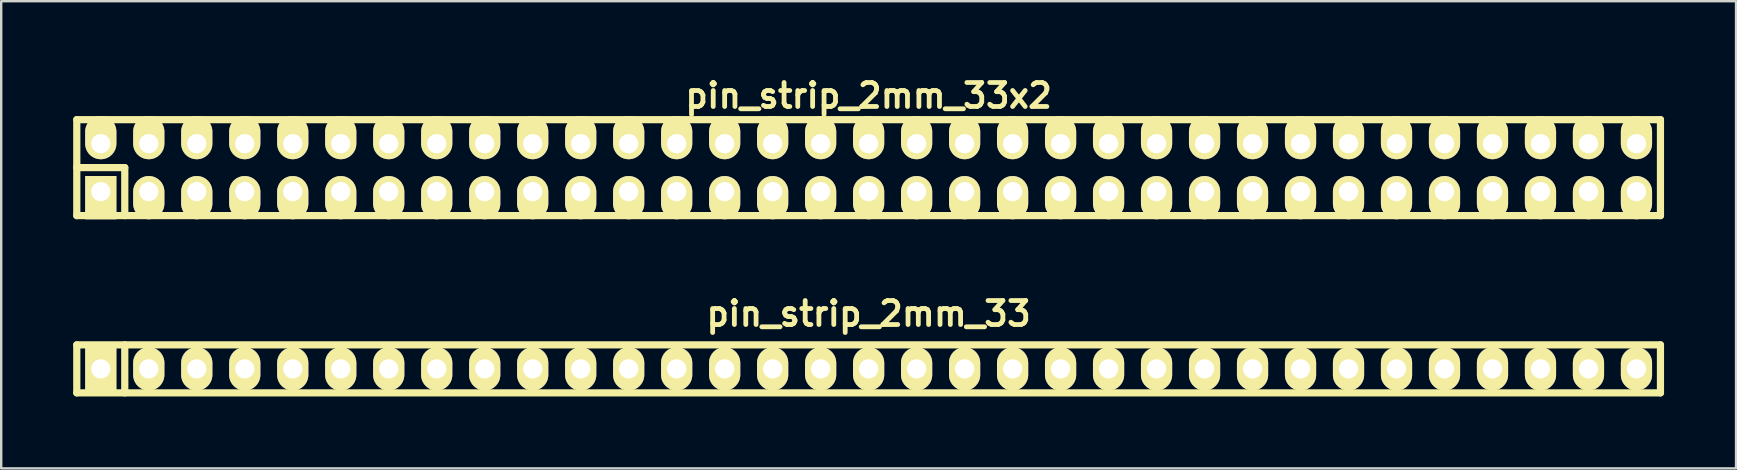
<source format=kicad_pcb>
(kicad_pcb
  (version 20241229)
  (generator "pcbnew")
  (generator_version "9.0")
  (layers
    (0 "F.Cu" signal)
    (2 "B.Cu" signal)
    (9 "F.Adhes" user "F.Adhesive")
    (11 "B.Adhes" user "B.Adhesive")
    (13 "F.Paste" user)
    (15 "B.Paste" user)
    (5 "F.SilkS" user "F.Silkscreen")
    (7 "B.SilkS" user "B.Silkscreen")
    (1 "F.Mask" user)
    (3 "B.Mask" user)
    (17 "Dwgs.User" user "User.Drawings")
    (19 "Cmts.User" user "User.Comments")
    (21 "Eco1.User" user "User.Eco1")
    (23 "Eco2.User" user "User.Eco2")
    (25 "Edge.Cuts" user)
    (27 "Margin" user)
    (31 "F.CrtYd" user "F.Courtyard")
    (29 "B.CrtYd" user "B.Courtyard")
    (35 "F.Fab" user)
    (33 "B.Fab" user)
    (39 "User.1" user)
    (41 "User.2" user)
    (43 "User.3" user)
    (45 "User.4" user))
  (footprint "pin_strip_2mm_33"
    (layer "F.Cu")
    (at 33.15 12.322)
    (property "Reference" "pin_strip_2mm_33" (at 0 -2.3 0) (layer "F.SilkS") (effects (font (size 1 1) (thickness 0.2))))
    (attr through_hole)
    (fp_line (start -33 -1) (end 33 -1) (stroke (width 0.3) (type solid)) (layer "F.SilkS"))
    (fp_line (start -33 1) (end -33 -1) (stroke (width 0.3) (type solid)) (layer "F.SilkS"))
    (fp_line (start -31 -1) (end -31 1) (stroke (width 0.3) (type solid)) (layer "F.SilkS"))
    (fp_line (start 33 -1) (end 33 1) (stroke (width 0.3) (type solid)) (layer "F.SilkS"))
    (fp_line (start 33 1) (end -33 1) (stroke (width 0.3) (type solid)) (layer "F.SilkS"))
    (pad "1" thru_hole rect (at -32 0) (size 1.3 1.8) (drill 0.8) (layers "*.Cu" "*.Mask" "F.SilkS"))
    (pad "2" thru_hole oval (at -30 0) (size 1.3 1.8) (drill 0.8) (layers "*.Cu" "*.Mask" "F.SilkS"))
    (pad "3" thru_hole oval (at -28 0) (size 1.3 1.8) (drill 0.8) (layers "*.Cu" "*.Mask" "F.SilkS"))
    (pad "4" thru_hole oval (at -26 0) (size 1.3 1.8) (drill 0.8) (layers "*.Cu" "*.Mask" "F.SilkS"))
    (pad "5" thru_hole oval (at -24 0) (size 1.3 1.8) (drill 0.8) (layers "*.Cu" "*.Mask" "F.SilkS"))
    (pad "6" thru_hole oval (at -22 0) (size 1.3 1.8) (drill 0.8) (layers "*.Cu" "*.Mask" "F.SilkS"))
    (pad "7" thru_hole oval (at -20 0) (size 1.3 1.8) (drill 0.8) (layers "*.Cu" "*.Mask" "F.SilkS"))
    (pad "8" thru_hole oval (at -18 0) (size 1.3 1.8) (drill 0.8) (layers "*.Cu" "*.Mask" "F.SilkS"))
    (pad "9" thru_hole oval (at -16 0) (size 1.3 1.8) (drill 0.8) (layers "*.Cu" "*.Mask" "F.SilkS"))
    (pad "10" thru_hole oval (at -14 0) (size 1.3 1.8) (drill 0.8) (layers "*.Cu" "*.Mask" "F.SilkS"))
    (pad "11" thru_hole oval (at -12 0) (size 1.3 1.8) (drill 0.8) (layers "*.Cu" "*.Mask" "F.SilkS"))
    (pad "12" thru_hole oval (at -10 0) (size 1.3 1.8) (drill 0.8) (layers "*.Cu" "*.Mask" "F.SilkS"))
    (pad "13" thru_hole oval (at -8 0) (size 1.3 1.8) (drill 0.8) (layers "*.Cu" "*.Mask" "F.SilkS"))
    (pad "14" thru_hole oval (at -6 0) (size 1.3 1.8) (drill 0.8) (layers "*.Cu" "*.Mask" "F.SilkS"))
    (pad "15" thru_hole oval (at -4 0) (size 1.3 1.8) (drill 0.8) (layers "*.Cu" "*.Mask" "F.SilkS"))
    (pad "16" thru_hole oval (at -2 0) (size 1.3 1.8) (drill 0.8) (layers "*.Cu" "*.Mask" "F.SilkS"))
    (pad "17" thru_hole oval (at 0 0) (size 1.3 1.8) (drill 0.8) (layers "*.Cu" "*.Mask" "F.SilkS"))
    (pad "18" thru_hole oval (at 2 0) (size 1.3 1.8) (drill 0.8) (layers "*.Cu" "*.Mask" "F.SilkS"))
    (pad "19" thru_hole oval (at 4 0) (size 1.3 1.8) (drill 0.8) (layers "*.Cu" "*.Mask" "F.SilkS"))
    (pad "20" thru_hole oval (at 6 0) (size 1.3 1.8) (drill 0.8) (layers "*.Cu" "*.Mask" "F.SilkS"))
    (pad "21" thru_hole oval (at 8 0) (size 1.3 1.8) (drill 0.8) (layers "*.Cu" "*.Mask" "F.SilkS"))
    (pad "22" thru_hole oval (at 10 0) (size 1.3 1.8) (drill 0.8) (layers "*.Cu" "*.Mask" "F.SilkS"))
    (pad "23" thru_hole oval (at 12 0) (size 1.3 1.8) (drill 0.8) (layers "*.Cu" "*.Mask" "F.SilkS"))
    (pad "24" thru_hole oval (at 14 0) (size 1.3 1.8) (drill 0.8) (layers "*.Cu" "*.Mask" "F.SilkS"))
    (pad "25" thru_hole oval (at 16 0) (size 1.3 1.8) (drill 0.8) (layers "*.Cu" "*.Mask" "F.SilkS"))
    (pad "26" thru_hole oval (at 18 0) (size 1.3 1.8) (drill 0.8) (layers "*.Cu" "*.Mask" "F.SilkS"))
    (pad "27" thru_hole oval (at 20 0) (size 1.3 1.8) (drill 0.8) (layers "*.Cu" "*.Mask" "F.SilkS"))
    (pad "28" thru_hole oval (at 22 0) (size 1.3 1.8) (drill 0.8) (layers "*.Cu" "*.Mask" "F.SilkS"))
    (pad "29" thru_hole oval (at 24 0) (size 1.3 1.8) (drill 0.8) (layers "*.Cu" "*.Mask" "F.SilkS"))
    (pad "30" thru_hole oval (at 26 0) (size 1.3 1.8) (drill 0.8) (layers "*.Cu" "*.Mask" "F.SilkS"))
    (pad "31" thru_hole oval (at 28 0) (size 1.3 1.8) (drill 0.8) (layers "*.Cu" "*.Mask" "F.SilkS"))
    (pad "32" thru_hole oval (at 30 0) (size 1.3 1.8) (drill 0.8) (layers "*.Cu" "*.Mask" "F.SilkS"))
    (pad "33" thru_hole oval (at 32 0) (size 1.3 1.8) (drill 0.8) (layers "*.Cu" "*.Mask" "F.SilkS")))
  (footprint "pin_strip_2mm_33x2"
    (layer "F.Cu")
    (at 33.15 3.936)
    (property "Reference" "pin_strip_2mm_33x2" (at 0 -3 0) (layer "F.SilkS") (effects (font (size 1 1) (thickness 0.2))))
    (attr through_hole)
    (fp_line (start -33 -2) (end 33 -2) (stroke (width 0.3) (type solid)) (layer "F.SilkS"))
    (fp_line (start -33 0) (end -31 0) (stroke (width 0.3) (type solid)) (layer "F.SilkS"))
    (fp_line (start -33 2) (end -33 -2) (stroke (width 0.3) (type solid)) (layer "F.SilkS"))
    (fp_line (start -31 0) (end -31 2) (stroke (width 0.3) (type solid)) (layer "F.SilkS"))
    (fp_line (start 33 -2) (end 33 2) (stroke (width 0.3) (type solid)) (layer "F.SilkS"))
    (fp_line (start 33 2) (end -33 2) (stroke (width 0.3) (type solid)) (layer "F.SilkS"))
    (pad "1" thru_hole rect (at -32 1) (size 1.3 1.8) (drill 0.8 (offset 0 0.25)) (layers "*.Cu" "*.Mask" "F.SilkS"))
    (pad "2" thru_hole oval (at -32 -1) (size 1.3 1.8) (drill 0.8 (offset 0 -0.25)) (layers "*.Cu" "*.Mask" "F.SilkS"))
    (pad "3" thru_hole oval (at -30 1) (size 1.3 1.8) (drill 0.8 (offset 0 0.25)) (layers "*.Cu" "*.Mask" "F.SilkS"))
    (pad "4" thru_hole oval (at -30 -1) (size 1.3 1.8) (drill 0.8 (offset 0 -0.25)) (layers "*.Cu" "*.Mask" "F.SilkS"))
    (pad "5" thru_hole oval (at -28 1) (size 1.3 1.8) (drill 0.8 (offset 0 0.25)) (layers "*.Cu" "*.Mask" "F.SilkS"))
    (pad "6" thru_hole oval (at -28 -1) (size 1.3 1.8) (drill 0.8 (offset 0 -0.25)) (layers "*.Cu" "*.Mask" "F.SilkS"))
    (pad "7" thru_hole oval (at -26 1) (size 1.3 1.8) (drill 0.8 (offset 0 0.25)) (layers "*.Cu" "*.Mask" "F.SilkS"))
    (pad "8" thru_hole oval (at -26 -1) (size 1.3 1.8) (drill 0.8 (offset 0 -0.25)) (layers "*.Cu" "*.Mask" "F.SilkS"))
    (pad "9" thru_hole oval (at -24 1) (size 1.3 1.8) (drill 0.8 (offset 0 0.25)) (layers "*.Cu" "*.Mask" "F.SilkS"))
    (pad "10" thru_hole oval (at -24 -1) (size 1.3 1.8) (drill 0.8 (offset 0 -0.25)) (layers "*.Cu" "*.Mask" "F.SilkS"))
    (pad "11" thru_hole oval (at -22 1) (size 1.3 1.8) (drill 0.8 (offset 0 0.25)) (layers "*.Cu" "*.Mask" "F.SilkS"))
    (pad "12" thru_hole oval (at -22 -1) (size 1.3 1.8) (drill 0.8 (offset 0 -0.25)) (layers "*.Cu" "*.Mask" "F.SilkS"))
    (pad "13" thru_hole oval (at -20 1) (size 1.3 1.8) (drill 0.8 (offset 0 0.25)) (layers "*.Cu" "*.Mask" "F.SilkS"))
    (pad "14" thru_hole oval (at -20 -1) (size 1.3 1.8) (drill 0.8 (offset 0 -0.25)) (layers "*.Cu" "*.Mask" "F.SilkS"))
    (pad "15" thru_hole oval (at -18 1) (size 1.3 1.8) (drill 0.8 (offset 0 0.25)) (layers "*.Cu" "*.Mask" "F.SilkS"))
    (pad "16" thru_hole oval (at -18 -1) (size 1.3 1.8) (drill 0.8 (offset 0 -0.25)) (layers "*.Cu" "*.Mask" "F.SilkS"))
    (pad "17" thru_hole oval (at -16 1) (size 1.3 1.8) (drill 0.8 (offset 0 0.25)) (layers "*.Cu" "*.Mask" "F.SilkS"))
    (pad "18" thru_hole oval (at -16 -1) (size 1.3 1.8) (drill 0.8 (offset 0 -0.25)) (layers "*.Cu" "*.Mask" "F.SilkS"))
    (pad "19" thru_hole oval (at -14 1) (size 1.3 1.8) (drill 0.8 (offset 0 0.25)) (layers "*.Cu" "*.Mask" "F.SilkS"))
    (pad "20" thru_hole oval (at -14 -1) (size 1.3 1.8) (drill 0.8 (offset 0 -0.25)) (layers "*.Cu" "*.Mask" "F.SilkS"))
    (pad "21" thru_hole oval (at -12 1) (size 1.3 1.8) (drill 0.8 (offset 0 0.25)) (layers "*.Cu" "*.Mask" "F.SilkS"))
    (pad "22" thru_hole oval (at -12 -1) (size 1.3 1.8) (drill 0.8 (offset 0 -0.25)) (layers "*.Cu" "*.Mask" "F.SilkS"))
    (pad "23" thru_hole oval (at -10 1) (size 1.3 1.8) (drill 0.8 (offset 0 0.25)) (layers "*.Cu" "*.Mask" "F.SilkS"))
    (pad "24" thru_hole oval (at -10 -1) (size 1.3 1.8) (drill 0.8 (offset 0 -0.25)) (layers "*.Cu" "*.Mask" "F.SilkS"))
    (pad "25" thru_hole oval (at -8 1) (size 1.3 1.8) (drill 0.8 (offset 0 0.25)) (layers "*.Cu" "*.Mask" "F.SilkS"))
    (pad "26" thru_hole oval (at -8 -1) (size 1.3 1.8) (drill 0.8 (offset 0 -0.25)) (layers "*.Cu" "*.Mask" "F.SilkS"))
    (pad "27" thru_hole oval (at -6 1) (size 1.3 1.8) (drill 0.8 (offset 0 0.25)) (layers "*.Cu" "*.Mask" "F.SilkS"))
    (pad "28" thru_hole oval (at -6 -1) (size 1.3 1.8) (drill 0.8 (offset 0 -0.25)) (layers "*.Cu" "*.Mask" "F.SilkS"))
    (pad "29" thru_hole oval (at -4 1) (size 1.3 1.8) (drill 0.8 (offset 0 0.25)) (layers "*.Cu" "*.Mask" "F.SilkS"))
    (pad "30" thru_hole oval (at -4 -1) (size 1.3 1.8) (drill 0.8 (offset 0 -0.25)) (layers "*.Cu" "*.Mask" "F.SilkS"))
    (pad "31" thru_hole oval (at -2 1) (size 1.3 1.8) (drill 0.8 (offset 0 0.25)) (layers "*.Cu" "*.Mask" "F.SilkS"))
    (pad "32" thru_hole oval (at -2 -1) (size 1.3 1.8) (drill 0.8 (offset 0 -0.25)) (layers "*.Cu" "*.Mask" "F.SilkS"))
    (pad "33" thru_hole oval (at 0 1) (size 1.3 1.8) (drill 0.8 (offset 0 0.25)) (layers "*.Cu" "*.Mask" "F.SilkS"))
    (pad "34" thru_hole oval (at 0 -1) (size 1.3 1.8) (drill 0.8 (offset 0 -0.25)) (layers "*.Cu" "*.Mask" "F.SilkS"))
    (pad "35" thru_hole oval (at 2 1) (size 1.3 1.8) (drill 0.8 (offset 0 0.25)) (layers "*.Cu" "*.Mask" "F.SilkS"))
    (pad "36" thru_hole oval (at 2 -1) (size 1.3 1.8) (drill 0.8 (offset 0 -0.25)) (layers "*.Cu" "*.Mask" "F.SilkS"))
    (pad "37" thru_hole oval (at 4 1) (size 1.3 1.8) (drill 0.8 (offset 0 0.25)) (layers "*.Cu" "*.Mask" "F.SilkS"))
    (pad "38" thru_hole oval (at 4 -1) (size 1.3 1.8) (drill 0.8 (offset 0 -0.25)) (layers "*.Cu" "*.Mask" "F.SilkS"))
    (pad "39" thru_hole oval (at 6 1) (size 1.3 1.8) (drill 0.8 (offset 0 0.25)) (layers "*.Cu" "*.Mask" "F.SilkS"))
    (pad "40" thru_hole oval (at 6 -1) (size 1.3 1.8) (drill 0.8 (offset 0 -0.25)) (layers "*.Cu" "*.Mask" "F.SilkS"))
    (pad "41" thru_hole oval (at 8 1) (size 1.3 1.8) (drill 0.8 (offset 0 0.25)) (layers "*.Cu" "*.Mask" "F.SilkS"))
    (pad "42" thru_hole oval (at 8 -1) (size 1.3 1.8) (drill 0.8 (offset 0 -0.25)) (layers "*.Cu" "*.Mask" "F.SilkS"))
    (pad "43" thru_hole oval (at 10 1) (size 1.3 1.8) (drill 0.8 (offset 0 0.25)) (layers "*.Cu" "*.Mask" "F.SilkS"))
    (pad "44" thru_hole oval (at 10 -1) (size 1.3 1.8) (drill 0.8 (offset 0 -0.25)) (layers "*.Cu" "*.Mask" "F.SilkS"))
    (pad "45" thru_hole oval (at 12 1) (size 1.3 1.8) (drill 0.8 (offset 0 0.25)) (layers "*.Cu" "*.Mask" "F.SilkS"))
    (pad "46" thru_hole oval (at 12 -1) (size 1.3 1.8) (drill 0.8 (offset 0 -0.25)) (layers "*.Cu" "*.Mask" "F.SilkS"))
    (pad "47" thru_hole oval (at 14 1) (size 1.3 1.8) (drill 0.8 (offset 0 0.25)) (layers "*.Cu" "*.Mask" "F.SilkS"))
    (pad "48" thru_hole oval (at 14 -1) (size 1.3 1.8) (drill 0.8 (offset 0 -0.25)) (layers "*.Cu" "*.Mask" "F.SilkS"))
    (pad "49" thru_hole oval (at 16 1) (size 1.3 1.8) (drill 0.8 (offset 0 0.25)) (layers "*.Cu" "*.Mask" "F.SilkS"))
    (pad "50" thru_hole oval (at 16 -1) (size 1.3 1.8) (drill 0.8 (offset 0 -0.25)) (layers "*.Cu" "*.Mask" "F.SilkS"))
    (pad "51" thru_hole oval (at 18 1) (size 1.3 1.8) (drill 0.8 (offset 0 0.25)) (layers "*.Cu" "*.Mask" "F.SilkS"))
    (pad "52" thru_hole oval (at 18 -1) (size 1.3 1.8) (drill 0.8 (offset 0 -0.25)) (layers "*.Cu" "*.Mask" "F.SilkS"))
    (pad "53" thru_hole oval (at 20 1) (size 1.3 1.8) (drill 0.8 (offset 0 0.25)) (layers "*.Cu" "*.Mask" "F.SilkS"))
    (pad "54" thru_hole oval (at 20 -1) (size 1.3 1.8) (drill 0.8 (offset 0 -0.25)) (layers "*.Cu" "*.Mask" "F.SilkS"))
    (pad "55" thru_hole oval (at 22 1) (size 1.3 1.8) (drill 0.8 (offset 0 0.25)) (layers "*.Cu" "*.Mask" "F.SilkS"))
    (pad "56" thru_hole oval (at 22 -1) (size 1.3 1.8) (drill 0.8 (offset 0 -0.25)) (layers "*.Cu" "*.Mask" "F.SilkS"))
    (pad "57" thru_hole oval (at 24 1) (size 1.3 1.8) (drill 0.8 (offset 0 0.25)) (layers "*.Cu" "*.Mask" "F.SilkS"))
    (pad "58" thru_hole oval (at 24 -1) (size 1.3 1.8) (drill 0.8 (offset 0 -0.25)) (layers "*.Cu" "*.Mask" "F.SilkS"))
    (pad "59" thru_hole oval (at 26 1) (size 1.3 1.8) (drill 0.8 (offset 0 0.25)) (layers "*.Cu" "*.Mask" "F.SilkS"))
    (pad "60" thru_hole oval (at 26 -1) (size 1.3 1.8) (drill 0.8 (offset 0 -0.25)) (layers "*.Cu" "*.Mask" "F.SilkS"))
    (pad "61" thru_hole oval (at 28 1) (size 1.3 1.8) (drill 0.8 (offset 0 0.25)) (layers "*.Cu" "*.Mask" "F.SilkS"))
    (pad "62" thru_hole oval (at 28 -1) (size 1.3 1.8) (drill 0.8 (offset 0 -0.25)) (layers "*.Cu" "*.Mask" "F.SilkS"))
    (pad "63" thru_hole oval (at 30 1) (size 1.3 1.8) (drill 0.8 (offset 0 0.25)) (layers "*.Cu" "*.Mask" "F.SilkS"))
    (pad "64" thru_hole oval (at 30 -1) (size 1.3 1.8) (drill 0.8 (offset 0 -0.25)) (layers "*.Cu" "*.Mask" "F.SilkS"))
    (pad "65" thru_hole oval (at 32 1) (size 1.3 1.8) (drill 0.8 (offset 0 0.25)) (layers "*.Cu" "*.Mask" "F.SilkS"))
    (pad "66" thru_hole oval (at 32 -1) (size 1.3 1.8) (drill 0.8 (offset 0 -0.25)) (layers "*.Cu" "*.Mask" "F.SilkS")))
  (gr_rect
    (start -3 -3)
    (end 69.3 16.472)
    (stroke (width 0.1) (type default))
    (fill no)
    (layer "Edge.Cuts")))
</source>
